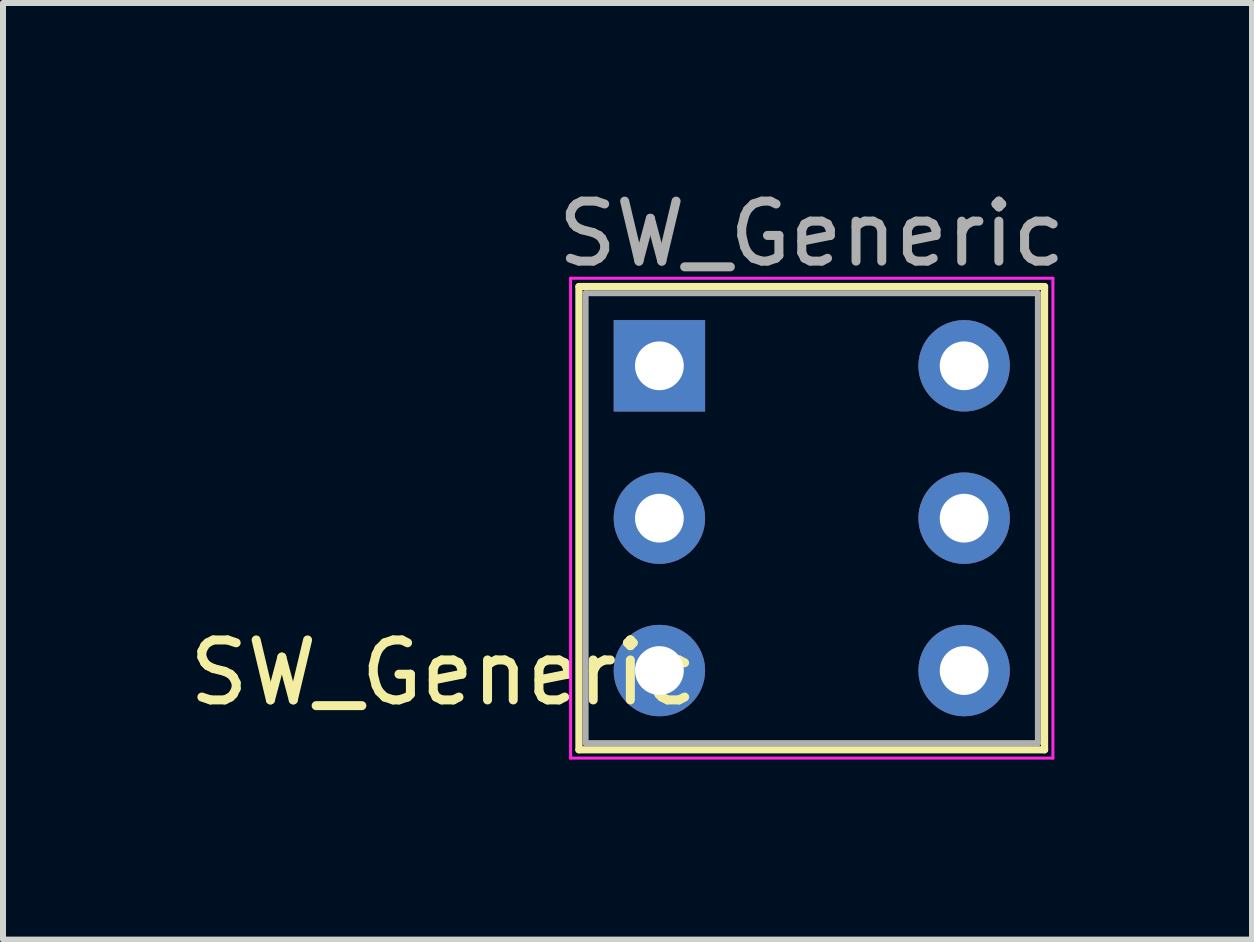
<source format=kicad_pcb>
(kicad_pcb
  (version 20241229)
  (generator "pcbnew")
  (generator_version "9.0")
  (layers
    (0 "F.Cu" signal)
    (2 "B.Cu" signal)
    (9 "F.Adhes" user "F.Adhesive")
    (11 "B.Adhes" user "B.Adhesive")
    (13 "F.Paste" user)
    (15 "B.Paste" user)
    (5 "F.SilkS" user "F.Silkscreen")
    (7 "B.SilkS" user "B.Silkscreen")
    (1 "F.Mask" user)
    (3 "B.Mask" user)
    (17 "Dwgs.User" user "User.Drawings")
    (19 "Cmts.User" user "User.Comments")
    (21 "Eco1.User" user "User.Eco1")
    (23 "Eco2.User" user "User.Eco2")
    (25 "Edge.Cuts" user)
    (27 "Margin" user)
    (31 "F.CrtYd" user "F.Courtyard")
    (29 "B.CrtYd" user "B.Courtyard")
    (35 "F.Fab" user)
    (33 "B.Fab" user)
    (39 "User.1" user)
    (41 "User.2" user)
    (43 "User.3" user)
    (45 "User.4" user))
  (footprint "SW_Generic"
    (layer "F.Cu")
    (at 7.942 3.048)
    (property "Reference" "SW_Generic" (at -3.603 5.115 0) (layer "F.SilkS") (effects (font (size 1 1) (thickness 0.15))))
    (attr through_hole)
    (fp_line (start -1.341 -1.321) (end 6.421 -1.321) (stroke (width 0.12) (type solid)) (layer "F.SilkS"))
    (fp_line (start -1.341 6.401) (end -1.341 -1.321) (stroke (width 0.12) (type solid)) (layer "F.SilkS"))
    (fp_line (start -1.341 6.401) (end 6.421 6.401) (stroke (width 0.12) (type solid)) (layer "F.SilkS"))
    (fp_line (start 6.421 -1.321) (end 6.421 6.401) (stroke (width 0.12) (type solid)) (layer "F.SilkS"))
    (fp_line (start -1.48 6.54) (end -1.48 -1.46) (stroke (width 0.05) (type solid)) (layer "F.CrtYd"))
    (fp_line (start -1.48 6.54) (end 6.56 6.54) (stroke (width 0.05) (type solid)) (layer "F.CrtYd"))
    (fp_line (start 6.56 -1.46) (end -1.48 -1.46) (stroke (width 0.05) (type solid)) (layer "F.CrtYd"))
    (fp_line (start 6.56 -1.46) (end 6.56 6.54) (stroke (width 0.05) (type solid)) (layer "F.CrtYd"))
    (fp_line (start -1.23 -1.21) (end 6.31 -1.21) (stroke (width 0.1) (type solid)) (layer "F.Fab"))
    (fp_line (start -1.23 6.29) (end -1.23 -1.21) (stroke (width 0.1) (type solid)) (layer "F.Fab"))
    (fp_line (start -1.23 6.29) (end 6.31 6.29) (stroke (width 0.1) (type solid)) (layer "F.Fab"))
    (fp_line (start 6.31 6.29) (end 6.31 -1.21) (stroke (width 0.1) (type solid)) (layer "F.Fab"))
    (fp_text user "${REFERENCE}" (at 2.54 -2.2 0) (layer "F.Fab") (effects (font (size 1 1) (thickness 0.15))))
    (pad "1" thru_hole rect (at 0 0) (size 1.524 1.524) (drill 0.813) (layers "*.Cu" "*.Mask"))
    (pad "2" thru_hole circle (at 0 2.54) (size 1.524 1.524) (drill 0.813) (layers "*.Cu" "*.Mask"))
    (pad "3" thru_hole circle (at 0 5.08) (size 1.524 1.524) (drill 0.813) (layers "*.Cu" "*.Mask"))
    (pad "4" thru_hole circle (at 5.08 5.08) (size 1.524 1.524) (drill 0.813) (layers "*.Cu" "*.Mask"))
    (pad "5" thru_hole circle (at 5.08 2.54) (size 1.524 1.524) (drill 0.813) (layers "*.Cu" "*.Mask"))
    (pad "6" thru_hole circle (at 5.08 0) (size 1.524 1.524) (drill 0.813) (layers "*.Cu" "*.Mask")))
  (gr_rect
    (start -3 -3)
    (end 17.821 12.613)
    (stroke (width 0.1) (type default))
    (fill no)
    (layer "Edge.Cuts")))
</source>
